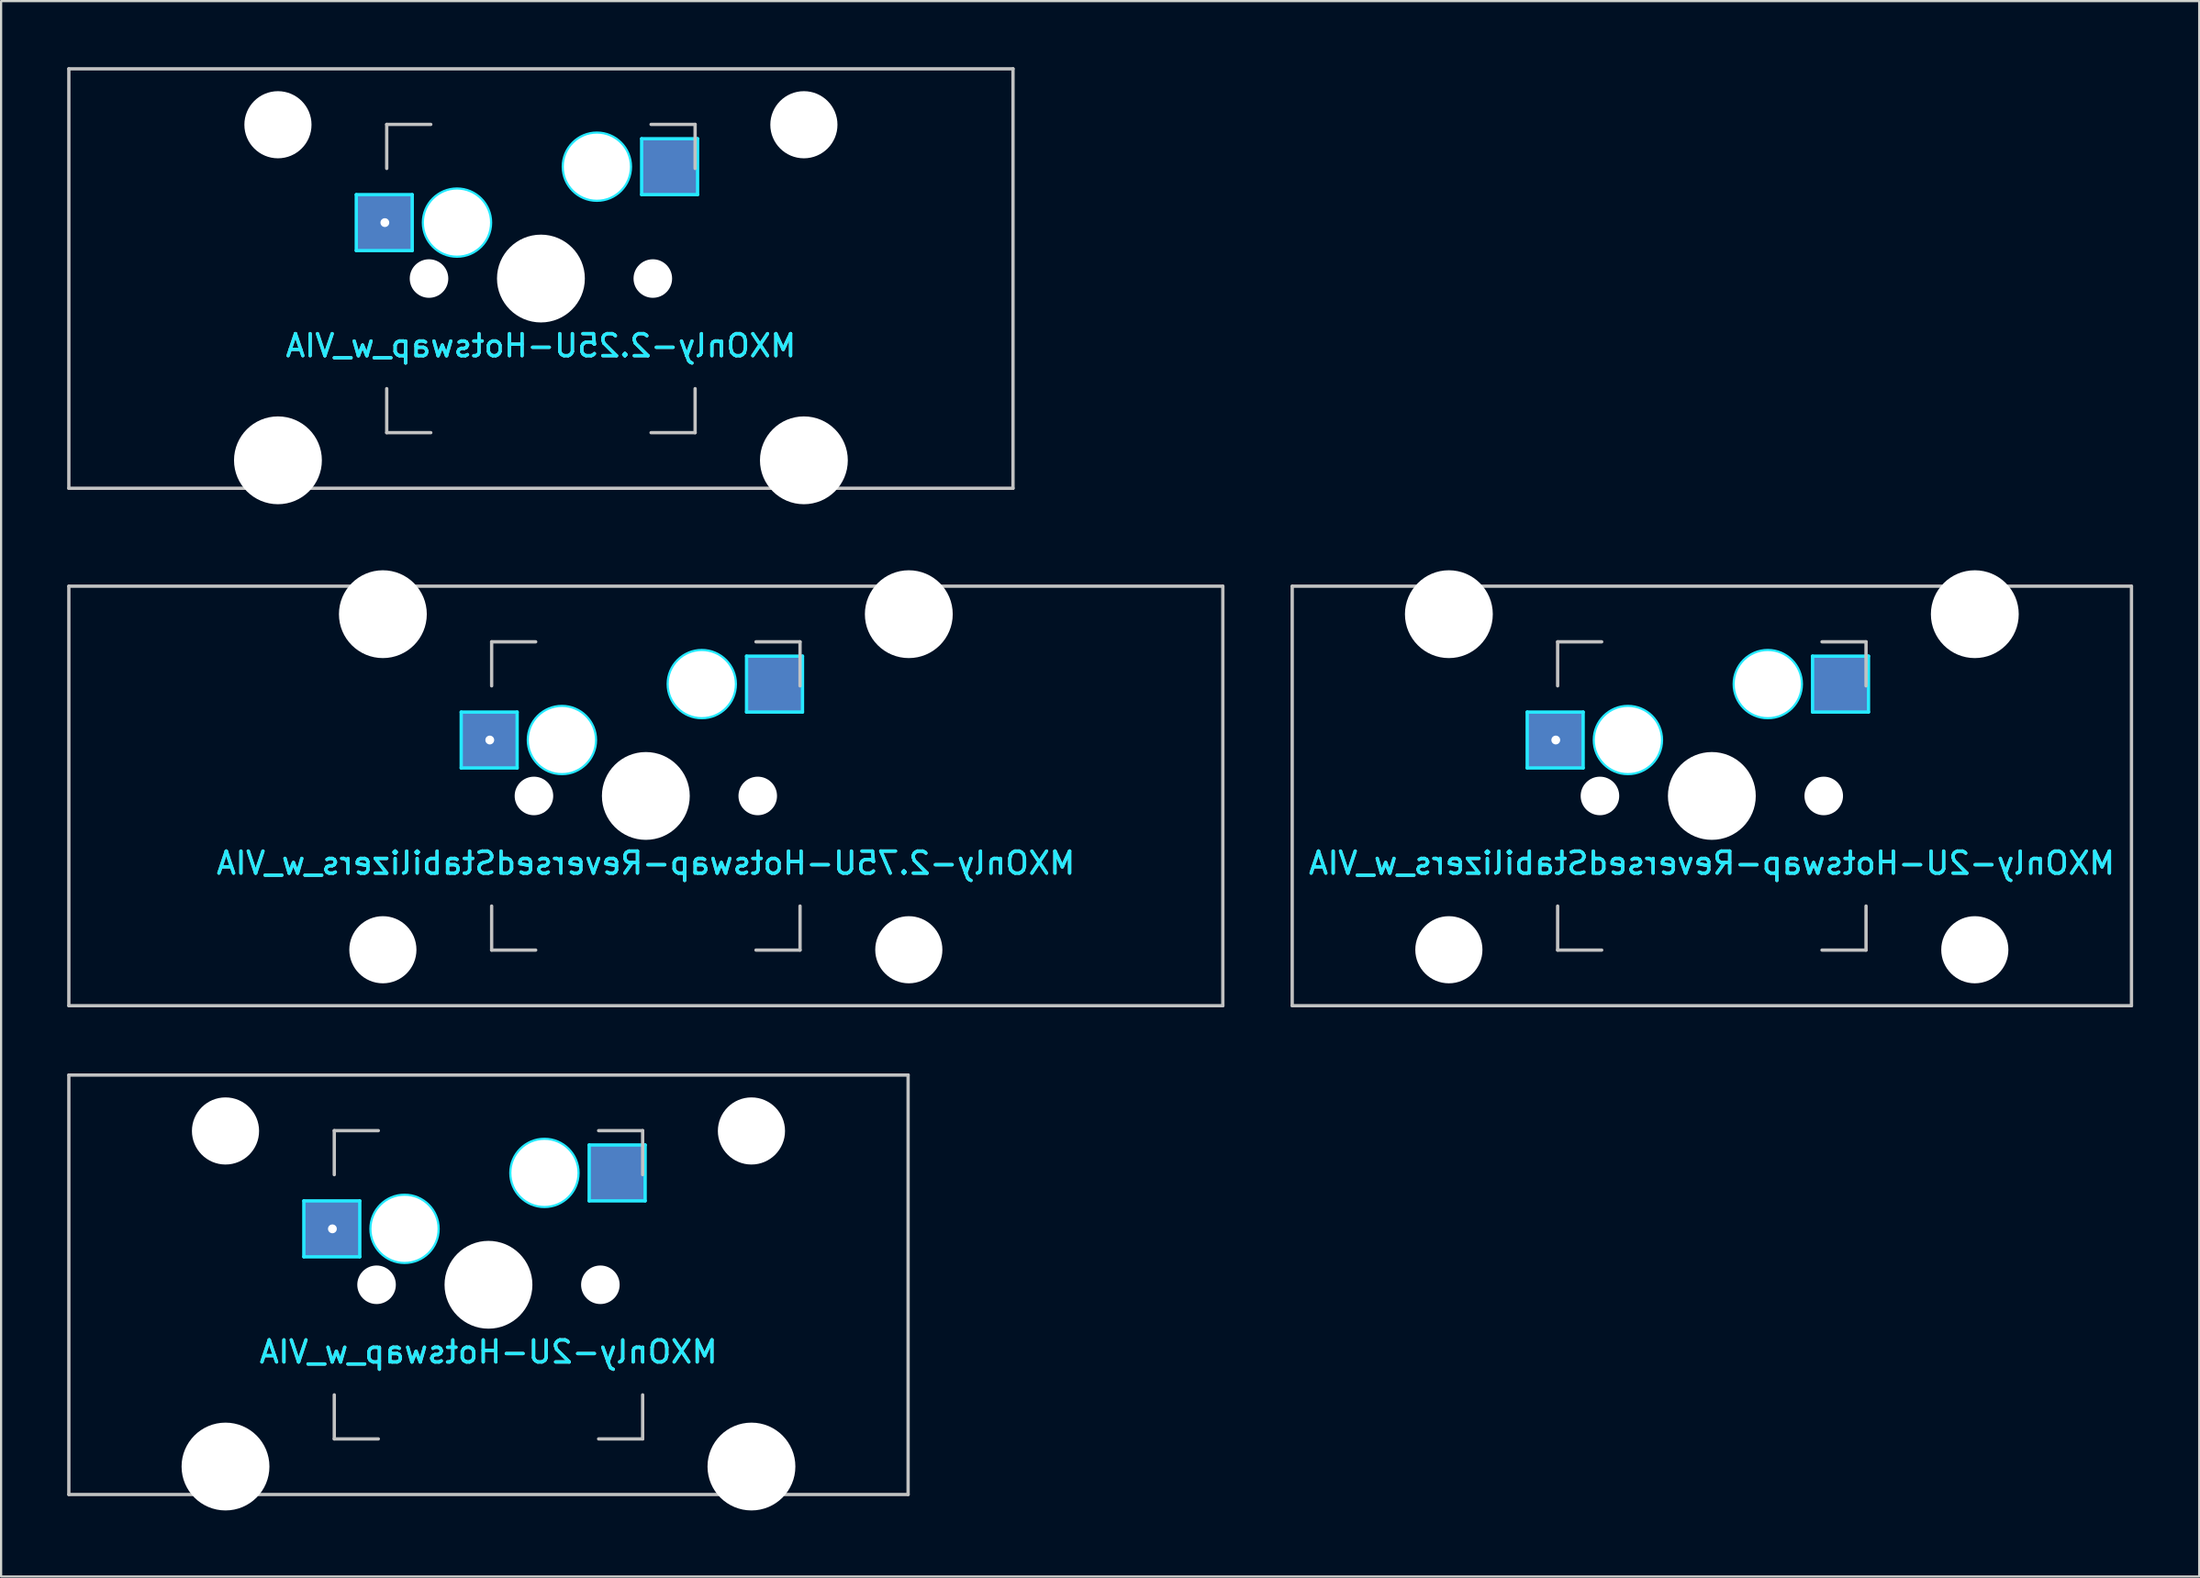
<source format=kicad_pcb>
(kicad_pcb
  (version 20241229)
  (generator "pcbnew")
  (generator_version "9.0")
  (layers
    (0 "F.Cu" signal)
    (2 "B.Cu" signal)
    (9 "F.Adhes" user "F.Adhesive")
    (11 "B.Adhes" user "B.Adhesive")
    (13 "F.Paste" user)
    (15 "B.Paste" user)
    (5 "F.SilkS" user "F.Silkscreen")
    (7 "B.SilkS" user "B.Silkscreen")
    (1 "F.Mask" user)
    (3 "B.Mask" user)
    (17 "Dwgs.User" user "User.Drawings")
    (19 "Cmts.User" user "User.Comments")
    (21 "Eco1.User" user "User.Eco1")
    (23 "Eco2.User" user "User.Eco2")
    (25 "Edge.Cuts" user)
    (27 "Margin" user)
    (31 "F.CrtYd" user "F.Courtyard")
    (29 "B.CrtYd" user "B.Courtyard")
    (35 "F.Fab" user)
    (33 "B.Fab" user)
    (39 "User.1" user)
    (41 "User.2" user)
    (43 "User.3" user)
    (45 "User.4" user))
  (footprint "MXOnly-2U-Hotswap_w_VIA"
    (layer "F.Cu")
    (at 19.125 55.298)
    (property "Reference" "MXOnly-2U-Hotswap_w_VIA" (at 0 3.048 0) (layer "B.CrtYd") (effects (font (size 1 1) (thickness 0.15)) (justify mirror)))
    (attr smd)
    (fp_line (start -19.05 -9.525) (end 19.05 -9.525) (stroke (width 0.15) (type solid)) (layer "Dwgs.User"))
    (fp_line (start -19.05 9.525) (end -19.05 -9.525) (stroke (width 0.15) (type solid)) (layer "Dwgs.User"))
    (fp_line (start -7 -7) (end -7 -5) (stroke (width 0.15) (type solid)) (layer "Dwgs.User"))
    (fp_line (start -7 5) (end -7 7) (stroke (width 0.15) (type solid)) (layer "Dwgs.User"))
    (fp_line (start -7 7) (end -5 7) (stroke (width 0.15) (type solid)) (layer "Dwgs.User"))
    (fp_line (start -5 -7) (end -7 -7) (stroke (width 0.15) (type solid)) (layer "Dwgs.User"))
    (fp_line (start 5 -7) (end 7 -7) (stroke (width 0.15) (type solid)) (layer "Dwgs.User"))
    (fp_line (start 5 7) (end 7 7) (stroke (width 0.15) (type solid)) (layer "Dwgs.User"))
    (fp_line (start 7 -7) (end 7 -5) (stroke (width 0.15) (type solid)) (layer "Dwgs.User"))
    (fp_line (start 7 7) (end 7 5) (stroke (width 0.15) (type solid)) (layer "Dwgs.User"))
    (fp_line (start 19.05 -9.525) (end 19.05 9.525) (stroke (width 0.15) (type solid)) (layer "Dwgs.User"))
    (fp_line (start 19.05 9.525) (end -19.05 9.525) (stroke (width 0.15) (type solid)) (layer "Dwgs.User"))
    (fp_line (start -8.382 -3.81) (end -5.842 -3.81) (stroke (width 0.15) (type solid)) (layer "B.CrtYd"))
    (fp_line (start -8.382 -1.27) (end -8.382 -3.81) (stroke (width 0.15) (type solid)) (layer "B.CrtYd"))
    (fp_line (start -5.842 -3.81) (end -5.842 -1.27) (stroke (width 0.15) (type solid)) (layer "B.CrtYd"))
    (fp_line (start -5.842 -1.27) (end -8.382 -1.27) (stroke (width 0.15) (type solid)) (layer "B.CrtYd"))
    (fp_line (start 4.572 -6.35) (end 7.112 -6.35) (stroke (width 0.15) (type solid)) (layer "B.CrtYd"))
    (fp_line (start 4.572 -3.81) (end 4.572 -6.35) (stroke (width 0.15) (type solid)) (layer "B.CrtYd"))
    (fp_line (start 7.112 -6.35) (end 7.112 -3.81) (stroke (width 0.15) (type solid)) (layer "B.CrtYd"))
    (fp_line (start 7.112 -3.81) (end 4.572 -3.81) (stroke (width 0.15) (type solid)) (layer "B.CrtYd"))
    (fp_circle (center -3.81 -2.54) (end -3.81 -4.064) (stroke (width 0.15) (type solid)) (fill no) (layer "B.CrtYd"))
    (fp_circle (center 2.54 -5.08) (end 2.54 -6.604) (stroke (width 0.15) (type solid)) (fill no) (layer "B.CrtYd"))
    (fp_text user "${REFERENCE}" (at 0 3.048 0) (layer "B.SilkS") (effects (font (size 1 1) (thickness 0.15)) (justify mirror)))
    (pad "" np_thru_hole circle (at -11.938 -6.985) (size 3.048 3.048) (drill 3.048) (layers "*.Cu" "*.Mask"))
    (pad "" np_thru_hole circle (at -11.938 8.255) (size 3.988 3.988) (drill 3.988) (layers "*.Cu" "*.Mask"))
    (pad "" np_thru_hole circle (at -5.08 0 48.1) (size 1.75 1.75) (drill 1.75) (layers "*.Cu" "*.Mask"))
    (pad "" np_thru_hole circle (at -3.81 -2.54) (size 3 3) (drill 3) (layers "*.Cu" "*.Mask"))
    (pad "" np_thru_hole circle (at 0 0) (size 3.988 3.988) (drill 3.988) (layers "*.Cu" "*.Mask"))
    (pad "" np_thru_hole circle (at 2.54 -5.08) (size 3 3) (drill 3) (layers "*.Cu" "*.Mask"))
    (pad "" np_thru_hole circle (at 5.08 0 48.1) (size 1.75 1.75) (drill 1.75) (layers "*.Cu" "*.Mask"))
    (pad "" np_thru_hole circle (at 11.938 -6.985) (size 3.048 3.048) (drill 3.048) (layers "*.Cu" "*.Mask"))
    (pad "" np_thru_hole circle (at 11.938 8.255) (size 3.988 3.988) (drill 3.988) (layers "*.Cu" "*.Mask"))
    (pad "1" thru_hole circle (at -7.085 -2.54) (size 0.8 0.8) (drill 0.4) (layers "*.Cu" "*.Mask"))
    (pad "1" smd rect (at -7.085 -2.54) (size 2.55 2.5) (layers "B.Cu" "B.Mask" "B.Paste"))
    (pad "2" smd rect (at 5.842 -5.08) (size 2.55 2.5) (layers "B.Cu" "B.Mask" "B.Paste")))
  (footprint "MXOnly-2U-Hotswap-ReversedStabilizers_w_VIA"
    (layer "F.Cu")
    (at 74.662 33.098)
    (property "Reference" "MXOnly-2U-Hotswap-ReversedStabilizers_w_VIA" (at 0 3.048 0) (layer "B.CrtYd") (effects (font (size 1 1) (thickness 0.15)) (justify mirror)))
    (attr smd)
    (fp_line (start -19.05 -9.525) (end 19.05 -9.525) (stroke (width 0.15) (type solid)) (layer "Dwgs.User"))
    (fp_line (start -19.05 9.525) (end -19.05 -9.525) (stroke (width 0.15) (type solid)) (layer "Dwgs.User"))
    (fp_line (start -7 -7) (end -7 -5) (stroke (width 0.15) (type solid)) (layer "Dwgs.User"))
    (fp_line (start -7 5) (end -7 7) (stroke (width 0.15) (type solid)) (layer "Dwgs.User"))
    (fp_line (start -7 7) (end -5 7) (stroke (width 0.15) (type solid)) (layer "Dwgs.User"))
    (fp_line (start -5 -7) (end -7 -7) (stroke (width 0.15) (type solid)) (layer "Dwgs.User"))
    (fp_line (start 5 -7) (end 7 -7) (stroke (width 0.15) (type solid)) (layer "Dwgs.User"))
    (fp_line (start 5 7) (end 7 7) (stroke (width 0.15) (type solid)) (layer "Dwgs.User"))
    (fp_line (start 7 -7) (end 7 -5) (stroke (width 0.15) (type solid)) (layer "Dwgs.User"))
    (fp_line (start 7 7) (end 7 5) (stroke (width 0.15) (type solid)) (layer "Dwgs.User"))
    (fp_line (start 19.05 -9.525) (end 19.05 9.525) (stroke (width 0.15) (type solid)) (layer "Dwgs.User"))
    (fp_line (start 19.05 9.525) (end -19.05 9.525) (stroke (width 0.15) (type solid)) (layer "Dwgs.User"))
    (fp_line (start -8.382 -3.81) (end -5.842 -3.81) (stroke (width 0.15) (type solid)) (layer "B.CrtYd"))
    (fp_line (start -8.382 -1.27) (end -8.382 -3.81) (stroke (width 0.15) (type solid)) (layer "B.CrtYd"))
    (fp_line (start -5.842 -3.81) (end -5.842 -1.27) (stroke (width 0.15) (type solid)) (layer "B.CrtYd"))
    (fp_line (start -5.842 -1.27) (end -8.382 -1.27) (stroke (width 0.15) (type solid)) (layer "B.CrtYd"))
    (fp_line (start 4.572 -6.35) (end 7.112 -6.35) (stroke (width 0.15) (type solid)) (layer "B.CrtYd"))
    (fp_line (start 4.572 -3.81) (end 4.572 -6.35) (stroke (width 0.15) (type solid)) (layer "B.CrtYd"))
    (fp_line (start 7.112 -6.35) (end 7.112 -3.81) (stroke (width 0.15) (type solid)) (layer "B.CrtYd"))
    (fp_line (start 7.112 -3.81) (end 4.572 -3.81) (stroke (width 0.15) (type solid)) (layer "B.CrtYd"))
    (fp_circle (center -3.81 -2.54) (end -3.81 -4.064) (stroke (width 0.15) (type solid)) (fill no) (layer "B.CrtYd"))
    (fp_circle (center 2.54 -5.08) (end 2.54 -6.604) (stroke (width 0.15) (type solid)) (fill no) (layer "B.CrtYd"))
    (fp_text user "${REFERENCE}" (at 0 3.048 0) (layer "B.SilkS") (effects (font (size 1 1) (thickness 0.15)) (justify mirror)))
    (pad "" np_thru_hole circle (at -11.938 -8.255) (size 3.988 3.988) (drill 3.988) (layers "*.Cu" "*.Mask"))
    (pad "" np_thru_hole circle (at -11.938 6.985) (size 3.048 3.048) (drill 3.048) (layers "*.Cu" "*.Mask"))
    (pad "" np_thru_hole circle (at -5.08 0 48.1) (size 1.75 1.75) (drill 1.75) (layers "*.Cu" "*.Mask"))
    (pad "" np_thru_hole circle (at -3.81 -2.54) (size 3 3) (drill 3) (layers "*.Cu" "*.Mask"))
    (pad "" np_thru_hole circle (at 0 0) (size 3.988 3.988) (drill 3.988) (layers "*.Cu" "*.Mask"))
    (pad "" np_thru_hole circle (at 2.54 -5.08) (size 3 3) (drill 3) (layers "*.Cu" "*.Mask"))
    (pad "" np_thru_hole circle (at 5.08 0 48.1) (size 1.75 1.75) (drill 1.75) (layers "*.Cu" "*.Mask"))
    (pad "" np_thru_hole circle (at 11.938 -8.255) (size 3.988 3.988) (drill 3.988) (layers "*.Cu" "*.Mask"))
    (pad "" np_thru_hole circle (at 11.938 6.985) (size 3.048 3.048) (drill 3.048) (layers "*.Cu" "*.Mask"))
    (pad "1" thru_hole circle (at -7.085 -2.54) (size 0.8 0.8) (drill 0.4) (layers "*.Cu" "*.Mask"))
    (pad "1" smd rect (at -7.085 -2.54) (size 2.55 2.5) (layers "B.Cu" "B.Mask" "B.Paste"))
    (pad "2" smd rect (at 5.842 -5.08) (size 2.55 2.5) (layers "B.Cu" "B.Mask" "B.Paste")))
  (footprint "MXOnly-2.75U-Hotswap-ReversedStabilizers_w_VIA"
    (layer "F.Cu")
    (at 26.269 33.098)
    (property "Reference" "MXOnly-2.75U-Hotswap-ReversedStabilizers_w_VIA" (at 0 3.048 0) (layer "B.CrtYd") (effects (font (size 1 1) (thickness 0.15)) (justify mirror)))
    (attr smd)
    (fp_line (start -26.194 -9.525) (end 26.194 -9.525) (stroke (width 0.15) (type solid)) (layer "Dwgs.User"))
    (fp_line (start -26.194 9.525) (end -26.194 -9.525) (stroke (width 0.15) (type solid)) (layer "Dwgs.User"))
    (fp_line (start -7 -7) (end -7 -5) (stroke (width 0.15) (type solid)) (layer "Dwgs.User"))
    (fp_line (start -7 5) (end -7 7) (stroke (width 0.15) (type solid)) (layer "Dwgs.User"))
    (fp_line (start -7 7) (end -5 7) (stroke (width 0.15) (type solid)) (layer "Dwgs.User"))
    (fp_line (start -5 -7) (end -7 -7) (stroke (width 0.15) (type solid)) (layer "Dwgs.User"))
    (fp_line (start 5 -7) (end 7 -7) (stroke (width 0.15) (type solid)) (layer "Dwgs.User"))
    (fp_line (start 5 7) (end 7 7) (stroke (width 0.15) (type solid)) (layer "Dwgs.User"))
    (fp_line (start 7 -7) (end 7 -5) (stroke (width 0.15) (type solid)) (layer "Dwgs.User"))
    (fp_line (start 7 7) (end 7 5) (stroke (width 0.15) (type solid)) (layer "Dwgs.User"))
    (fp_line (start 26.194 -9.525) (end 26.194 9.525) (stroke (width 0.15) (type solid)) (layer "Dwgs.User"))
    (fp_line (start 26.194 9.525) (end -26.194 9.525) (stroke (width 0.15) (type solid)) (layer "Dwgs.User"))
    (fp_line (start -8.382 -3.81) (end -5.842 -3.81) (stroke (width 0.15) (type solid)) (layer "B.CrtYd"))
    (fp_line (start -8.382 -1.27) (end -8.382 -3.81) (stroke (width 0.15) (type solid)) (layer "B.CrtYd"))
    (fp_line (start -5.842 -3.81) (end -5.842 -1.27) (stroke (width 0.15) (type solid)) (layer "B.CrtYd"))
    (fp_line (start -5.842 -1.27) (end -8.382 -1.27) (stroke (width 0.15) (type solid)) (layer "B.CrtYd"))
    (fp_line (start 4.572 -6.35) (end 7.112 -6.35) (stroke (width 0.15) (type solid)) (layer "B.CrtYd"))
    (fp_line (start 4.572 -3.81) (end 4.572 -6.35) (stroke (width 0.15) (type solid)) (layer "B.CrtYd"))
    (fp_line (start 7.112 -6.35) (end 7.112 -3.81) (stroke (width 0.15) (type solid)) (layer "B.CrtYd"))
    (fp_line (start 7.112 -3.81) (end 4.572 -3.81) (stroke (width 0.15) (type solid)) (layer "B.CrtYd"))
    (fp_circle (center -3.81 -2.54) (end -3.81 -4.064) (stroke (width 0.15) (type solid)) (fill no) (layer "B.CrtYd"))
    (fp_circle (center 2.54 -5.08) (end 2.54 -6.604) (stroke (width 0.15) (type solid)) (fill no) (layer "B.CrtYd"))
    (fp_text user "${REFERENCE}" (at 0 3.048 0) (layer "B.SilkS") (effects (font (size 1 1) (thickness 0.15)) (justify mirror)))
    (pad "" np_thru_hole circle (at -11.938 -8.255) (size 3.988 3.988) (drill 3.988) (layers "*.Cu" "*.Mask"))
    (pad "" np_thru_hole circle (at -11.938 6.985) (size 3.048 3.048) (drill 3.048) (layers "*.Cu" "*.Mask"))
    (pad "" np_thru_hole circle (at -5.08 0 48.1) (size 1.75 1.75) (drill 1.75) (layers "*.Cu" "*.Mask"))
    (pad "" np_thru_hole circle (at -3.81 -2.54) (size 3 3) (drill 3) (layers "*.Cu" "*.Mask"))
    (pad "" np_thru_hole circle (at 0 0) (size 3.988 3.988) (drill 3.988) (layers "*.Cu" "*.Mask"))
    (pad "" np_thru_hole circle (at 2.54 -5.08) (size 3 3) (drill 3) (layers "*.Cu" "*.Mask"))
    (pad "" np_thru_hole circle (at 5.08 0 48.1) (size 1.75 1.75) (drill 1.75) (layers "*.Cu" "*.Mask"))
    (pad "" np_thru_hole circle (at 11.938 -8.255) (size 3.988 3.988) (drill 3.988) (layers "*.Cu" "*.Mask"))
    (pad "" np_thru_hole circle (at 11.938 6.985) (size 3.048 3.048) (drill 3.048) (layers "*.Cu" "*.Mask"))
    (pad "1" thru_hole circle (at -7.085 -2.54) (size 0.8 0.8) (drill 0.4) (layers "*.Cu" "*.Mask"))
    (pad "1" smd rect (at -7.085 -2.54) (size 2.55 2.5) (layers "B.Cu" "B.Mask" "B.Paste"))
    (pad "2" smd rect (at 5.842 -5.08) (size 2.55 2.5) (layers "B.Cu" "B.Mask" "B.Paste")))
  (footprint "MXOnly-2.25U-Hotswap_w_VIA"
    (layer "F.Cu")
    (at 21.506 9.6)
    (property "Reference" "MXOnly-2.25U-Hotswap_w_VIA" (at 0 3.048 0) (layer "B.CrtYd") (effects (font (size 1 1) (thickness 0.15)) (justify mirror)))
    (attr smd)
    (fp_line (start -21.431 -9.525) (end 21.431 -9.525) (stroke (width 0.15) (type solid)) (layer "Dwgs.User"))
    (fp_line (start -21.431 9.525) (end -21.431 -9.525) (stroke (width 0.15) (type solid)) (layer "Dwgs.User"))
    (fp_line (start -7 -7) (end -7 -5) (stroke (width 0.15) (type solid)) (layer "Dwgs.User"))
    (fp_line (start -7 5) (end -7 7) (stroke (width 0.15) (type solid)) (layer "Dwgs.User"))
    (fp_line (start -7 7) (end -5 7) (stroke (width 0.15) (type solid)) (layer "Dwgs.User"))
    (fp_line (start -5 -7) (end -7 -7) (stroke (width 0.15) (type solid)) (layer "Dwgs.User"))
    (fp_line (start 5 -7) (end 7 -7) (stroke (width 0.15) (type solid)) (layer "Dwgs.User"))
    (fp_line (start 5 7) (end 7 7) (stroke (width 0.15) (type solid)) (layer "Dwgs.User"))
    (fp_line (start 7 -7) (end 7 -5) (stroke (width 0.15) (type solid)) (layer "Dwgs.User"))
    (fp_line (start 7 7) (end 7 5) (stroke (width 0.15) (type solid)) (layer "Dwgs.User"))
    (fp_line (start 21.431 -9.525) (end 21.431 9.525) (stroke (width 0.15) (type solid)) (layer "Dwgs.User"))
    (fp_line (start 21.431 9.525) (end -21.431 9.525) (stroke (width 0.15) (type solid)) (layer "Dwgs.User"))
    (fp_line (start -8.382 -3.81) (end -5.842 -3.81) (stroke (width 0.15) (type solid)) (layer "B.CrtYd"))
    (fp_line (start -8.382 -1.27) (end -8.382 -3.81) (stroke (width 0.15) (type solid)) (layer "B.CrtYd"))
    (fp_line (start -5.842 -3.81) (end -5.842 -1.27) (stroke (width 0.15) (type solid)) (layer "B.CrtYd"))
    (fp_line (start -5.842 -1.27) (end -8.382 -1.27) (stroke (width 0.15) (type solid)) (layer "B.CrtYd"))
    (fp_line (start 4.572 -6.35) (end 7.112 -6.35) (stroke (width 0.15) (type solid)) (layer "B.CrtYd"))
    (fp_line (start 4.572 -3.81) (end 4.572 -6.35) (stroke (width 0.15) (type solid)) (layer "B.CrtYd"))
    (fp_line (start 7.112 -6.35) (end 7.112 -3.81) (stroke (width 0.15) (type solid)) (layer "B.CrtYd"))
    (fp_line (start 7.112 -3.81) (end 4.572 -3.81) (stroke (width 0.15) (type solid)) (layer "B.CrtYd"))
    (fp_circle (center -3.81 -2.54) (end -3.81 -4.064) (stroke (width 0.15) (type solid)) (fill no) (layer "B.CrtYd"))
    (fp_circle (center 2.54 -5.08) (end 2.54 -6.604) (stroke (width 0.15) (type solid)) (fill no) (layer "B.CrtYd"))
    (fp_text user "${REFERENCE}" (at 0 3.048 0) (layer "B.SilkS") (effects (font (size 1 1) (thickness 0.15)) (justify mirror)))
    (pad "" np_thru_hole circle (at -11.938 -6.985) (size 3.048 3.048) (drill 3.048) (layers "*.Cu" "*.Mask"))
    (pad "" np_thru_hole circle (at -11.938 8.255) (size 3.988 3.988) (drill 3.988) (layers "*.Cu" "*.Mask"))
    (pad "" np_thru_hole circle (at -5.08 0 48.1) (size 1.75 1.75) (drill 1.75) (layers "*.Cu" "*.Mask"))
    (pad "" np_thru_hole circle (at -3.81 -2.54) (size 3 3) (drill 3) (layers "*.Cu" "*.Mask"))
    (pad "" np_thru_hole circle (at 0 0) (size 3.988 3.988) (drill 3.988) (layers "*.Cu" "*.Mask"))
    (pad "" np_thru_hole circle (at 2.54 -5.08) (size 3 3) (drill 3) (layers "*.Cu" "*.Mask"))
    (pad "" np_thru_hole circle (at 5.08 0 48.1) (size 1.75 1.75) (drill 1.75) (layers "*.Cu" "*.Mask"))
    (pad "" np_thru_hole circle (at 11.938 -6.985) (size 3.048 3.048) (drill 3.048) (layers "*.Cu" "*.Mask"))
    (pad "" np_thru_hole circle (at 11.938 8.255) (size 3.988 3.988) (drill 3.988) (layers "*.Cu" "*.Mask"))
    (pad "1" thru_hole circle (at -7.085 -2.54) (size 0.8 0.8) (drill 0.4) (layers "*.Cu" "*.Mask"))
    (pad "1" smd rect (at -7.085 -2.54) (size 2.55 2.55) (layers "B.Cu" "B.Mask" "B.Paste"))
    (pad "2" smd rect (at 5.842 -5.08) (size 2.55 2.5) (layers "B.Cu" "B.Mask" "B.Paste")))
  (gr_rect
    (start -3 -3)
    (end 96.787 68.547)
    (stroke (width 0.1) (type default))
    (fill no)
    (layer "Edge.Cuts")))
</source>
